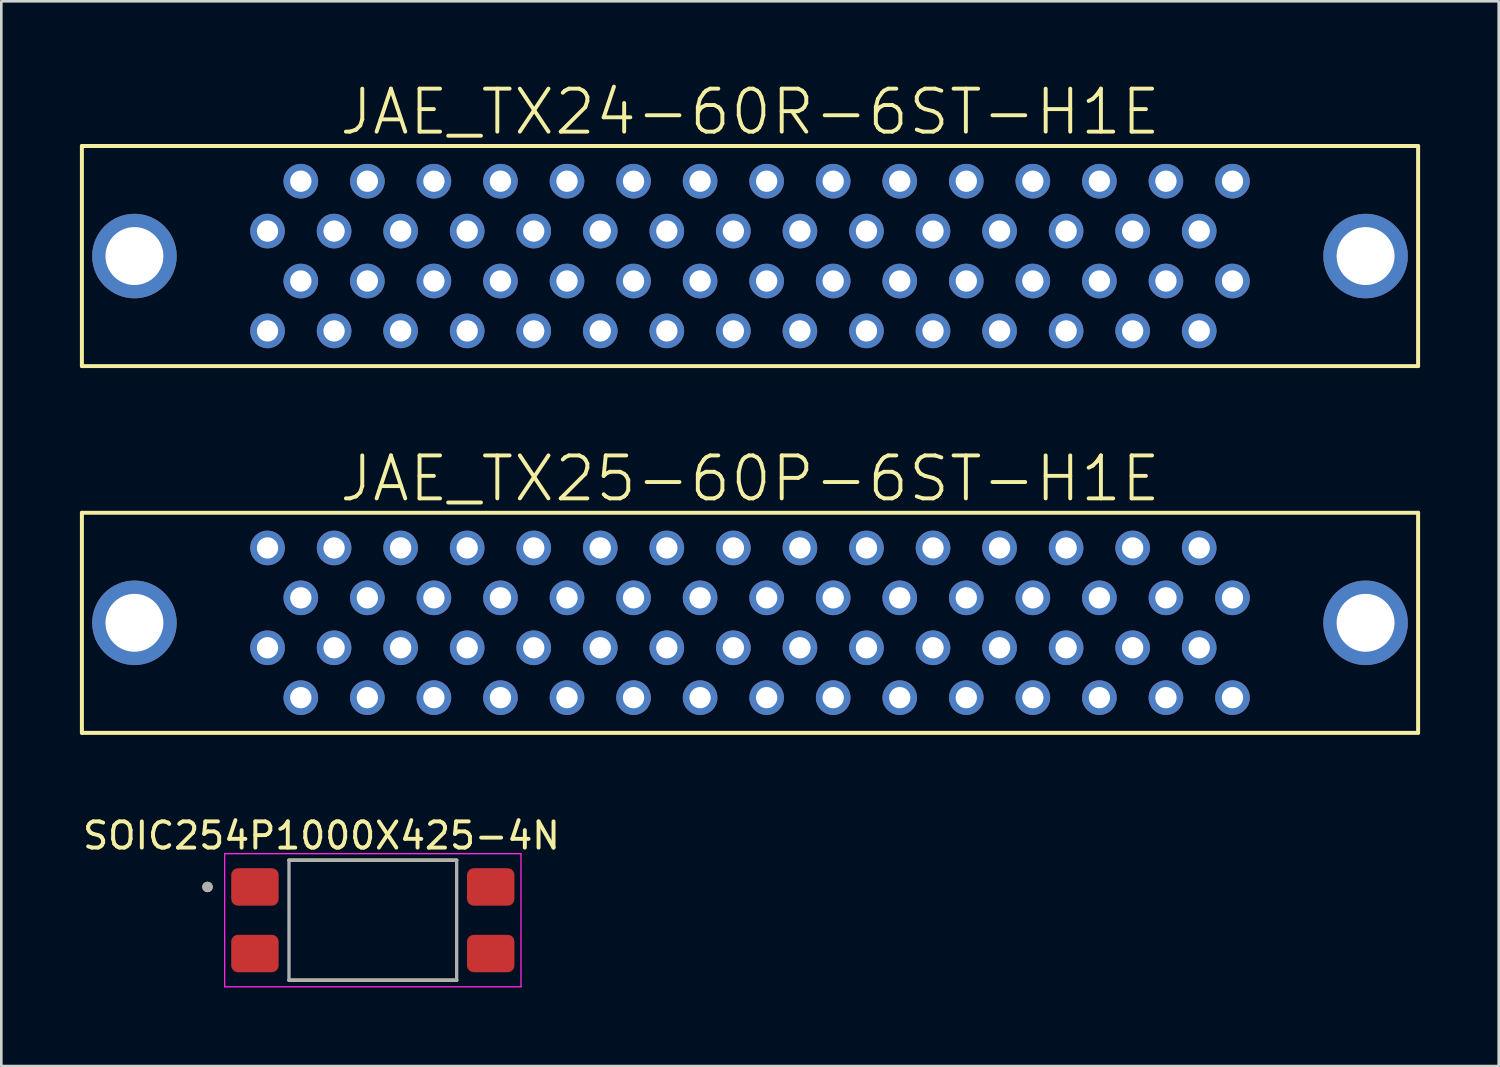
<source format=kicad_pcb>
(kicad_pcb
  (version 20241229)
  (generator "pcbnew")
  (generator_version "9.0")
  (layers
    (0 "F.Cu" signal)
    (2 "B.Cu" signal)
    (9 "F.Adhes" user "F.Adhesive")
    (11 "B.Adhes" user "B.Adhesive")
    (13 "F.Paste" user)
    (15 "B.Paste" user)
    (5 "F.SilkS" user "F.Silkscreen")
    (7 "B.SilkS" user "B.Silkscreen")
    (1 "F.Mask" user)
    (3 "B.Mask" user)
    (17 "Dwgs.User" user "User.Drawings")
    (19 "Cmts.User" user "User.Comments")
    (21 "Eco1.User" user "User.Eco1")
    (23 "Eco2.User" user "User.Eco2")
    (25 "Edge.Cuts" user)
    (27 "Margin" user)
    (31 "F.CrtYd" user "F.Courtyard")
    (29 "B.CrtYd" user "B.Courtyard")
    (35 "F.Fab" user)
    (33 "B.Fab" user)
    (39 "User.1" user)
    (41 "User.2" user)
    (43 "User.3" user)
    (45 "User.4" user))
  (footprint "JAE_TX24-60R-6ST-H1E"
    (layer "F.Cu")
    (at 25.576 6.723)
    (property "Reference" "JAE_TX24-60R-6ST-H1E" (at 0 -5.5 0) (layer "F.SilkS") (effects (font (size 1.64 1.64) (thickness 0.15))))
    (attr through_hole)
    (fp_line (start -25.5 -4.2) (end -25.5 4.2) (stroke (width 0.152) (type solid)) (layer "F.SilkS"))
    (fp_line (start -25.5 4.2) (end 25.5 4.2) (stroke (width 0.152) (type solid)) (layer "F.SilkS"))
    (fp_line (start 25.5 -4.2) (end -25.5 -4.2) (stroke (width 0.152) (type solid)) (layer "F.SilkS"))
    (fp_line (start 25.5 4.2) (end 25.5 -4.2) (stroke (width 0.152) (type solid)) (layer "F.SilkS"))
    (pad "1" thru_hole circle (at 18.415 -2.857) (size 1.321 1.321) (drill 0.813) (layers "*.Cu" "*.Mask"))
    (pad "2" thru_hole circle (at 17.145 -0.953) (size 1.321 1.321) (drill 0.813) (layers "*.Cu" "*.Mask"))
    (pad "3" thru_hole circle (at 15.875 -2.857) (size 1.321 1.321) (drill 0.813) (layers "*.Cu" "*.Mask"))
    (pad "4" thru_hole circle (at 14.605 -0.953) (size 1.321 1.321) (drill 0.813) (layers "*.Cu" "*.Mask"))
    (pad "5" thru_hole circle (at 13.335 -2.857) (size 1.321 1.321) (drill 0.813) (layers "*.Cu" "*.Mask"))
    (pad "6" thru_hole circle (at 12.065 -0.953) (size 1.321 1.321) (drill 0.813) (layers "*.Cu" "*.Mask"))
    (pad "7" thru_hole circle (at 10.795 -2.857) (size 1.321 1.321) (drill 0.813) (layers "*.Cu" "*.Mask"))
    (pad "8" thru_hole circle (at 9.525 -0.953) (size 1.321 1.321) (drill 0.813) (layers "*.Cu" "*.Mask"))
    (pad "9" thru_hole circle (at 8.255 -2.857) (size 1.321 1.321) (drill 0.813) (layers "*.Cu" "*.Mask"))
    (pad "10" thru_hole circle (at 6.985 -0.953) (size 1.321 1.321) (drill 0.813) (layers "*.Cu" "*.Mask"))
    (pad "11" thru_hole circle (at 5.715 -2.857) (size 1.321 1.321) (drill 0.813) (layers "*.Cu" "*.Mask"))
    (pad "12" thru_hole circle (at 4.445 -0.953) (size 1.321 1.321) (drill 0.813) (layers "*.Cu" "*.Mask"))
    (pad "13" thru_hole circle (at 3.175 -2.857) (size 1.321 1.321) (drill 0.813) (layers "*.Cu" "*.Mask"))
    (pad "14" thru_hole circle (at 1.905 -0.953) (size 1.321 1.321) (drill 0.813) (layers "*.Cu" "*.Mask"))
    (pad "15" thru_hole circle (at 0.635 -2.857) (size 1.321 1.321) (drill 0.813) (layers "*.Cu" "*.Mask"))
    (pad "16" thru_hole circle (at -0.635 -0.953) (size 1.321 1.321) (drill 0.813) (layers "*.Cu" "*.Mask"))
    (pad "17" thru_hole circle (at -1.905 -2.857) (size 1.321 1.321) (drill 0.813) (layers "*.Cu" "*.Mask"))
    (pad "18" thru_hole circle (at -3.175 -0.953) (size 1.321 1.321) (drill 0.813) (layers "*.Cu" "*.Mask"))
    (pad "19" thru_hole circle (at -4.445 -2.857) (size 1.321 1.321) (drill 0.813) (layers "*.Cu" "*.Mask"))
    (pad "20" thru_hole circle (at -5.715 -0.953) (size 1.321 1.321) (drill 0.813) (layers "*.Cu" "*.Mask"))
    (pad "21" thru_hole circle (at -6.985 -2.857) (size 1.321 1.321) (drill 0.813) (layers "*.Cu" "*.Mask"))
    (pad "22" thru_hole circle (at -8.255 -0.953) (size 1.321 1.321) (drill 0.813) (layers "*.Cu" "*.Mask"))
    (pad "23" thru_hole circle (at -9.525 -2.857) (size 1.321 1.321) (drill 0.813) (layers "*.Cu" "*.Mask"))
    (pad "24" thru_hole circle (at -10.795 -0.953) (size 1.321 1.321) (drill 0.813) (layers "*.Cu" "*.Mask"))
    (pad "25" thru_hole circle (at -12.065 -2.857) (size 1.321 1.321) (drill 0.813) (layers "*.Cu" "*.Mask"))
    (pad "26" thru_hole circle (at -13.335 -0.953) (size 1.321 1.321) (drill 0.813) (layers "*.Cu" "*.Mask"))
    (pad "27" thru_hole circle (at -14.605 -2.857) (size 1.321 1.321) (drill 0.813) (layers "*.Cu" "*.Mask"))
    (pad "28" thru_hole circle (at -15.875 -0.953) (size 1.321 1.321) (drill 0.813) (layers "*.Cu" "*.Mask"))
    (pad "29" thru_hole circle (at -17.145 -2.857) (size 1.321 1.321) (drill 0.813) (layers "*.Cu" "*.Mask"))
    (pad "30" thru_hole circle (at -18.415 -0.953) (size 1.321 1.321) (drill 0.813) (layers "*.Cu" "*.Mask"))
    (pad "31" thru_hole circle (at 18.415 0.953) (size 1.321 1.321) (drill 0.813) (layers "*.Cu" "*.Mask"))
    (pad "32" thru_hole circle (at 17.145 2.857) (size 1.321 1.321) (drill 0.813) (layers "*.Cu" "*.Mask"))
    (pad "33" thru_hole circle (at 15.875 0.953) (size 1.321 1.321) (drill 0.813) (layers "*.Cu" "*.Mask"))
    (pad "34" thru_hole circle (at 14.605 2.857) (size 1.321 1.321) (drill 0.813) (layers "*.Cu" "*.Mask"))
    (pad "35" thru_hole circle (at 13.335 0.953) (size 1.321 1.321) (drill 0.813) (layers "*.Cu" "*.Mask"))
    (pad "36" thru_hole circle (at 12.065 2.857) (size 1.321 1.321) (drill 0.813) (layers "*.Cu" "*.Mask"))
    (pad "37" thru_hole circle (at 10.795 0.953) (size 1.321 1.321) (drill 0.813) (layers "*.Cu" "*.Mask"))
    (pad "38" thru_hole circle (at 9.525 2.857) (size 1.321 1.321) (drill 0.813) (layers "*.Cu" "*.Mask"))
    (pad "39" thru_hole circle (at 8.255 0.953) (size 1.321 1.321) (drill 0.813) (layers "*.Cu" "*.Mask"))
    (pad "40" thru_hole circle (at 6.985 2.857) (size 1.321 1.321) (drill 0.813) (layers "*.Cu" "*.Mask"))
    (pad "41" thru_hole circle (at 5.715 0.953) (size 1.321 1.321) (drill 0.813) (layers "*.Cu" "*.Mask"))
    (pad "42" thru_hole circle (at 4.445 2.857) (size 1.321 1.321) (drill 0.813) (layers "*.Cu" "*.Mask"))
    (pad "43" thru_hole circle (at 3.175 0.953) (size 1.321 1.321) (drill 0.813) (layers "*.Cu" "*.Mask"))
    (pad "44" thru_hole circle (at 1.905 2.857) (size 1.321 1.321) (drill 0.813) (layers "*.Cu" "*.Mask"))
    (pad "45" thru_hole circle (at 0.635 0.953) (size 1.321 1.321) (drill 0.813) (layers "*.Cu" "*.Mask"))
    (pad "46" thru_hole circle (at -0.635 2.857) (size 1.321 1.321) (drill 0.813) (layers "*.Cu" "*.Mask"))
    (pad "47" thru_hole circle (at -1.905 0.953) (size 1.321 1.321) (drill 0.813) (layers "*.Cu" "*.Mask"))
    (pad "48" thru_hole circle (at -3.175 2.857) (size 1.321 1.321) (drill 0.813) (layers "*.Cu" "*.Mask"))
    (pad "49" thru_hole circle (at -4.445 0.953) (size 1.321 1.321) (drill 0.813) (layers "*.Cu" "*.Mask"))
    (pad "50" thru_hole circle (at -5.715 2.857) (size 1.321 1.321) (drill 0.813) (layers "*.Cu" "*.Mask"))
    (pad "51" thru_hole circle (at -6.985 0.953) (size 1.321 1.321) (drill 0.813) (layers "*.Cu" "*.Mask"))
    (pad "52" thru_hole circle (at -8.255 2.857) (size 1.321 1.321) (drill 0.813) (layers "*.Cu" "*.Mask"))
    (pad "53" thru_hole circle (at -9.525 0.953) (size 1.321 1.321) (drill 0.813) (layers "*.Cu" "*.Mask"))
    (pad "54" thru_hole circle (at -10.795 2.857) (size 1.321 1.321) (drill 0.813) (layers "*.Cu" "*.Mask"))
    (pad "55" thru_hole circle (at -12.065 0.953) (size 1.321 1.321) (drill 0.813) (layers "*.Cu" "*.Mask"))
    (pad "56" thru_hole circle (at -13.335 2.857) (size 1.321 1.321) (drill 0.813) (layers "*.Cu" "*.Mask"))
    (pad "57" thru_hole circle (at -14.605 0.953) (size 1.321 1.321) (drill 0.813) (layers "*.Cu" "*.Mask"))
    (pad "58" thru_hole circle (at -15.875 2.857) (size 1.321 1.321) (drill 0.813) (layers "*.Cu" "*.Mask"))
    (pad "59" thru_hole circle (at -17.145 0.953) (size 1.321 1.321) (drill 0.813) (layers "*.Cu" "*.Mask"))
    (pad "60" thru_hole circle (at -18.415 2.857) (size 1.321 1.321) (drill 0.813) (layers "*.Cu" "*.Mask"))
    (pad "61" thru_hole circle (at -23.495 0) (size 3.226 3.226) (drill 2.21) (layers "*.Cu" "*.Mask"))
    (pad "62" thru_hole circle (at 23.495 0) (size 3.226 3.226) (drill 2.21) (layers "*.Cu" "*.Mask")))
  (footprint "JAE_TX25-60P-6ST-H1E"
    (layer "F.Cu")
    (at 25.576 20.721)
    (property "Reference" "JAE_TX25-60P-6ST-H1E" (at 0 -5.5 0) (layer "F.SilkS") (effects (font (size 1.64 1.64) (thickness 0.15))))
    (attr through_hole)
    (fp_line (start -25.5 -4.2) (end -25.5 4.2) (stroke (width 0.152) (type solid)) (layer "F.SilkS"))
    (fp_line (start -25.5 4.2) (end 25.5 4.2) (stroke (width 0.152) (type solid)) (layer "F.SilkS"))
    (fp_line (start 25.5 -4.2) (end -25.5 -4.2) (stroke (width 0.152) (type solid)) (layer "F.SilkS"))
    (fp_line (start 25.5 4.2) (end 25.5 -4.2) (stroke (width 0.152) (type solid)) (layer "F.SilkS"))
    (pad "1" thru_hole circle (at 18.415 2.857) (size 1.321 1.321) (drill 0.813) (layers "*.Cu" "*.Mask"))
    (pad "2" thru_hole circle (at 17.145 0.953) (size 1.321 1.321) (drill 0.813) (layers "*.Cu" "*.Mask"))
    (pad "3" thru_hole circle (at 15.875 2.857) (size 1.321 1.321) (drill 0.813) (layers "*.Cu" "*.Mask"))
    (pad "4" thru_hole circle (at 14.605 0.953) (size 1.321 1.321) (drill 0.813) (layers "*.Cu" "*.Mask"))
    (pad "5" thru_hole circle (at 13.335 2.857) (size 1.321 1.321) (drill 0.813) (layers "*.Cu" "*.Mask"))
    (pad "6" thru_hole circle (at 12.065 0.953) (size 1.321 1.321) (drill 0.813) (layers "*.Cu" "*.Mask"))
    (pad "7" thru_hole circle (at 10.795 2.857) (size 1.321 1.321) (drill 0.813) (layers "*.Cu" "*.Mask"))
    (pad "8" thru_hole circle (at 9.525 0.953) (size 1.321 1.321) (drill 0.813) (layers "*.Cu" "*.Mask"))
    (pad "9" thru_hole circle (at 8.255 2.857) (size 1.321 1.321) (drill 0.813) (layers "*.Cu" "*.Mask"))
    (pad "10" thru_hole circle (at 6.985 0.953) (size 1.321 1.321) (drill 0.813) (layers "*.Cu" "*.Mask"))
    (pad "11" thru_hole circle (at 5.715 2.857) (size 1.321 1.321) (drill 0.813) (layers "*.Cu" "*.Mask"))
    (pad "12" thru_hole circle (at 4.445 0.953) (size 1.321 1.321) (drill 0.813) (layers "*.Cu" "*.Mask"))
    (pad "13" thru_hole circle (at 3.175 2.857) (size 1.321 1.321) (drill 0.813) (layers "*.Cu" "*.Mask"))
    (pad "14" thru_hole circle (at 1.905 0.953) (size 1.321 1.321) (drill 0.813) (layers "*.Cu" "*.Mask"))
    (pad "15" thru_hole circle (at 0.635 2.857) (size 1.321 1.321) (drill 0.813) (layers "*.Cu" "*.Mask"))
    (pad "16" thru_hole circle (at -0.635 0.953) (size 1.321 1.321) (drill 0.813) (layers "*.Cu" "*.Mask"))
    (pad "17" thru_hole circle (at -1.905 2.857) (size 1.321 1.321) (drill 0.813) (layers "*.Cu" "*.Mask"))
    (pad "18" thru_hole circle (at -3.175 0.953) (size 1.321 1.321) (drill 0.813) (layers "*.Cu" "*.Mask"))
    (pad "19" thru_hole circle (at -4.445 2.857) (size 1.321 1.321) (drill 0.813) (layers "*.Cu" "*.Mask"))
    (pad "20" thru_hole circle (at -5.715 0.953) (size 1.321 1.321) (drill 0.813) (layers "*.Cu" "*.Mask"))
    (pad "21" thru_hole circle (at -6.985 2.857) (size 1.321 1.321) (drill 0.813) (layers "*.Cu" "*.Mask"))
    (pad "22" thru_hole circle (at -8.255 0.953) (size 1.321 1.321) (drill 0.813) (layers "*.Cu" "*.Mask"))
    (pad "23" thru_hole circle (at -9.525 2.857) (size 1.321 1.321) (drill 0.813) (layers "*.Cu" "*.Mask"))
    (pad "24" thru_hole circle (at -10.795 0.953) (size 1.321 1.321) (drill 0.813) (layers "*.Cu" "*.Mask"))
    (pad "25" thru_hole circle (at -12.065 2.857) (size 1.321 1.321) (drill 0.813) (layers "*.Cu" "*.Mask"))
    (pad "26" thru_hole circle (at -13.335 0.953) (size 1.321 1.321) (drill 0.813) (layers "*.Cu" "*.Mask"))
    (pad "27" thru_hole circle (at -14.605 2.857) (size 1.321 1.321) (drill 0.813) (layers "*.Cu" "*.Mask"))
    (pad "28" thru_hole circle (at -15.875 0.953) (size 1.321 1.321) (drill 0.813) (layers "*.Cu" "*.Mask"))
    (pad "29" thru_hole circle (at -17.145 2.857) (size 1.321 1.321) (drill 0.813) (layers "*.Cu" "*.Mask"))
    (pad "30" thru_hole circle (at -18.415 0.953) (size 1.321 1.321) (drill 0.813) (layers "*.Cu" "*.Mask"))
    (pad "31" thru_hole circle (at 18.415 -0.953) (size 1.321 1.321) (drill 0.813) (layers "*.Cu" "*.Mask"))
    (pad "32" thru_hole circle (at 17.145 -2.857) (size 1.321 1.321) (drill 0.813) (layers "*.Cu" "*.Mask"))
    (pad "33" thru_hole circle (at 15.875 -0.953) (size 1.321 1.321) (drill 0.813) (layers "*.Cu" "*.Mask"))
    (pad "34" thru_hole circle (at 14.605 -2.857) (size 1.321 1.321) (drill 0.813) (layers "*.Cu" "*.Mask"))
    (pad "35" thru_hole circle (at 13.335 -0.953) (size 1.321 1.321) (drill 0.813) (layers "*.Cu" "*.Mask"))
    (pad "36" thru_hole circle (at 12.065 -2.857) (size 1.321 1.321) (drill 0.813) (layers "*.Cu" "*.Mask"))
    (pad "37" thru_hole circle (at 10.795 -0.953) (size 1.321 1.321) (drill 0.813) (layers "*.Cu" "*.Mask"))
    (pad "38" thru_hole circle (at 9.525 -2.857) (size 1.321 1.321) (drill 0.813) (layers "*.Cu" "*.Mask"))
    (pad "39" thru_hole circle (at 8.255 -0.953) (size 1.321 1.321) (drill 0.813) (layers "*.Cu" "*.Mask"))
    (pad "40" thru_hole circle (at 6.985 -2.857) (size 1.321 1.321) (drill 0.813) (layers "*.Cu" "*.Mask"))
    (pad "41" thru_hole circle (at 5.715 -0.953) (size 1.321 1.321) (drill 0.813) (layers "*.Cu" "*.Mask"))
    (pad "42" thru_hole circle (at 4.445 -2.857) (size 1.321 1.321) (drill 0.813) (layers "*.Cu" "*.Mask"))
    (pad "43" thru_hole circle (at 3.175 -0.953) (size 1.321 1.321) (drill 0.813) (layers "*.Cu" "*.Mask"))
    (pad "44" thru_hole circle (at 1.905 -2.857) (size 1.321 1.321) (drill 0.813) (layers "*.Cu" "*.Mask"))
    (pad "45" thru_hole circle (at 0.635 -0.953) (size 1.321 1.321) (drill 0.813) (layers "*.Cu" "*.Mask"))
    (pad "46" thru_hole circle (at -0.635 -2.857) (size 1.321 1.321) (drill 0.813) (layers "*.Cu" "*.Mask"))
    (pad "47" thru_hole circle (at -1.905 -0.953) (size 1.321 1.321) (drill 0.813) (layers "*.Cu" "*.Mask"))
    (pad "48" thru_hole circle (at -3.175 -2.857) (size 1.321 1.321) (drill 0.813) (layers "*.Cu" "*.Mask"))
    (pad "49" thru_hole circle (at -4.445 -0.953) (size 1.321 1.321) (drill 0.813) (layers "*.Cu" "*.Mask"))
    (pad "50" thru_hole circle (at -5.715 -2.857) (size 1.321 1.321) (drill 0.813) (layers "*.Cu" "*.Mask"))
    (pad "51" thru_hole circle (at -6.985 -0.953) (size 1.321 1.321) (drill 0.813) (layers "*.Cu" "*.Mask"))
    (pad "52" thru_hole circle (at -8.255 -2.857) (size 1.321 1.321) (drill 0.813) (layers "*.Cu" "*.Mask"))
    (pad "53" thru_hole circle (at -9.525 -0.953) (size 1.321 1.321) (drill 0.813) (layers "*.Cu" "*.Mask"))
    (pad "54" thru_hole circle (at -10.795 -2.857) (size 1.321 1.321) (drill 0.813) (layers "*.Cu" "*.Mask"))
    (pad "55" thru_hole circle (at -12.065 -0.953) (size 1.321 1.321) (drill 0.813) (layers "*.Cu" "*.Mask"))
    (pad "56" thru_hole circle (at -13.335 -2.857) (size 1.321 1.321) (drill 0.813) (layers "*.Cu" "*.Mask"))
    (pad "57" thru_hole circle (at -14.605 -0.953) (size 1.321 1.321) (drill 0.813) (layers "*.Cu" "*.Mask"))
    (pad "58" thru_hole circle (at -15.875 -2.857) (size 1.321 1.321) (drill 0.813) (layers "*.Cu" "*.Mask"))
    (pad "59" thru_hole circle (at -17.145 -0.953) (size 1.321 1.321) (drill 0.813) (layers "*.Cu" "*.Mask"))
    (pad "60" thru_hole circle (at -18.415 -2.857) (size 1.321 1.321) (drill 0.813) (layers "*.Cu" "*.Mask"))
    (pad "61" thru_hole circle (at -23.495 0) (size 3.226 3.226) (drill 2.21) (layers "*.Cu" "*.Mask"))
    (pad "62" thru_hole circle (at 23.495 0) (size 3.226 3.226) (drill 2.21) (layers "*.Cu" "*.Mask")))
  (footprint "SOIC254P1000X425-4N"
    (layer "F.Cu")
    (at 11.18 32.073)
    (property "Reference" "SOIC254P1000X425-4N" (at -1.96 -3.227 0) (layer "F.SilkS") (effects (font (size 1 1) (thickness 0.15))))
    (attr smd)
    (fp_line (start -3.2 -2.29) (end 3.2 -2.29) (stroke (width 0.127) (type solid)) (layer "F.SilkS"))
    (fp_line (start -3.2 2.29) (end 3.2 2.29) (stroke (width 0.127) (type solid)) (layer "F.SilkS"))
    (fp_circle (center -6.31 -1.27) (end -6.21 -1.27) (stroke (width 0.2) (type solid)) (fill no) (layer "F.SilkS"))
    (fp_line (start -5.655 -2.54) (end -5.655 2.54) (stroke (width 0.05) (type solid)) (layer "F.CrtYd"))
    (fp_line (start -5.655 -2.54) (end 5.655 -2.54) (stroke (width 0.05) (type solid)) (layer "F.CrtYd"))
    (fp_line (start -5.655 2.54) (end 5.655 2.54) (stroke (width 0.05) (type solid)) (layer "F.CrtYd"))
    (fp_line (start 5.655 -2.54) (end 5.655 2.54) (stroke (width 0.05) (type solid)) (layer "F.CrtYd"))
    (fp_line (start -3.2 -2.29) (end -3.2 2.29) (stroke (width 0.127) (type solid)) (layer "F.Fab"))
    (fp_line (start -3.2 -2.29) (end 3.2 -2.29) (stroke (width 0.127) (type solid)) (layer "F.Fab"))
    (fp_line (start -3.2 2.29) (end 3.2 2.29) (stroke (width 0.127) (type solid)) (layer "F.Fab"))
    (fp_line (start 3.2 -2.29) (end 3.2 2.29) (stroke (width 0.127) (type solid)) (layer "F.Fab"))
    (fp_circle (center -6.31 -1.27) (end -6.21 -1.27) (stroke (width 0.2) (type solid)) (fill no) (layer "F.Fab"))
    (pad "1" smd roundrect (at -4.5 -1.27) (size 1.81 1.43) (layers "F.Cu" "F.Mask" "F.Paste") (roundrect_rratio 0.18))
    (pad "2" smd roundrect (at -4.5 1.27) (size 1.81 1.43) (layers "F.Cu" "F.Mask" "F.Paste") (roundrect_rratio 0.18))
    (pad "3" smd roundrect (at 4.5 1.27) (size 1.81 1.43) (layers "F.Cu" "F.Mask" "F.Paste") (roundrect_rratio 0.18))
    (pad "4" smd roundrect (at 4.5 -1.27) (size 1.81 1.43) (layers "F.Cu" "F.Mask" "F.Paste") (roundrect_rratio 0.18)))
  (gr_rect
    (start -3 -3)
    (end 54.152 37.638)
    (stroke (width 0.1) (type default))
    (fill no)
    (layer "Edge.Cuts")))
</source>
